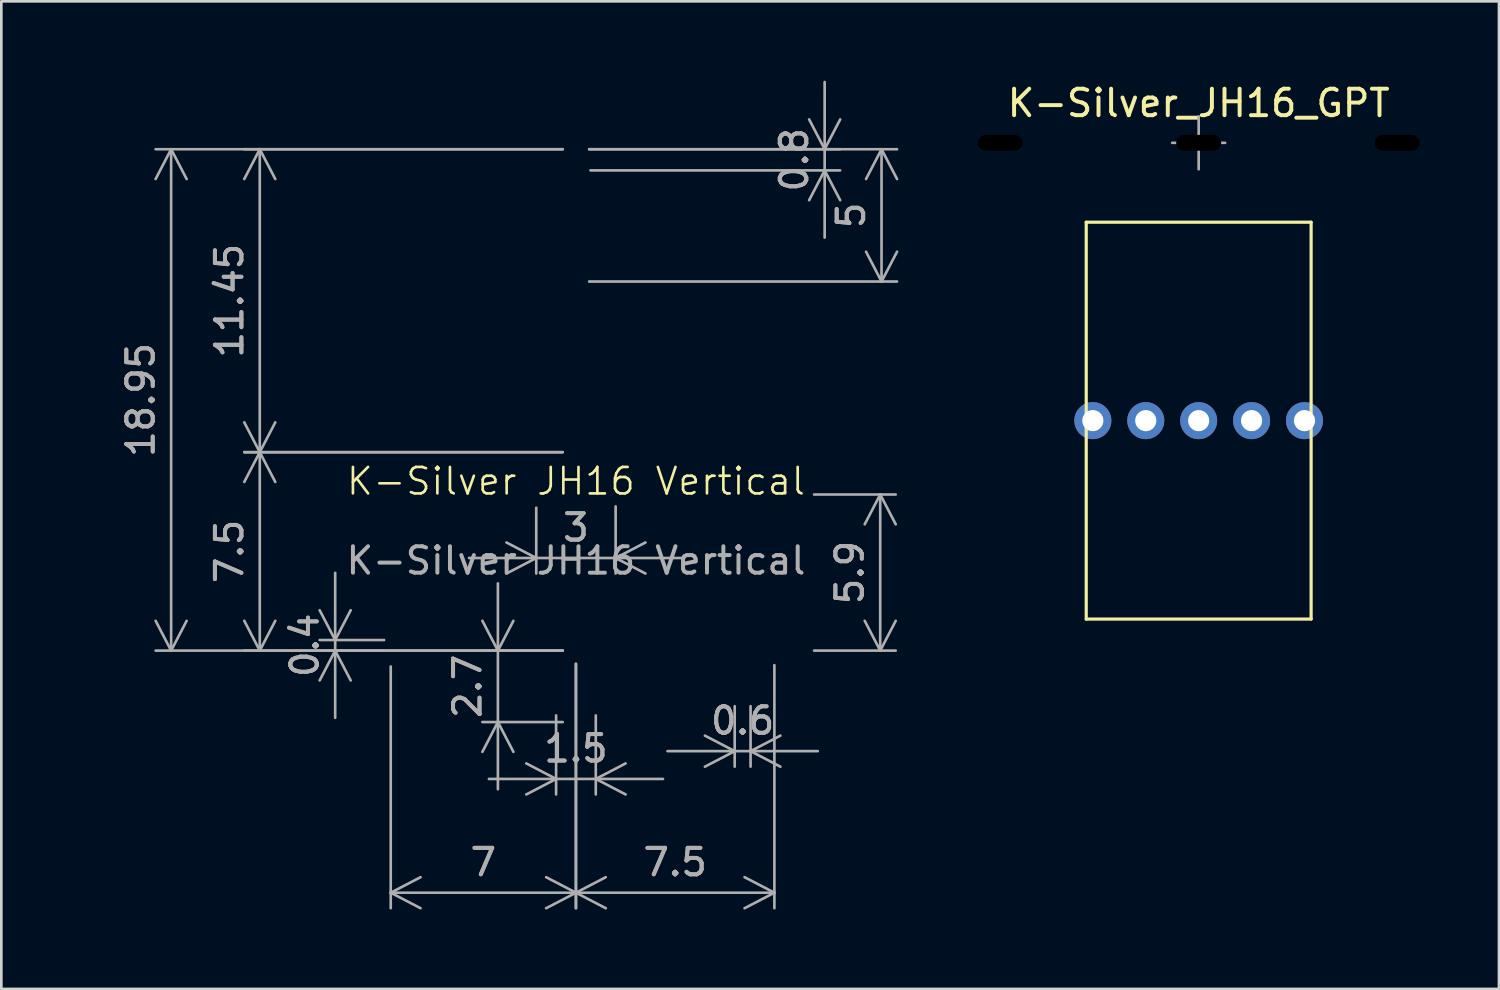
<source format=kicad_pcb>
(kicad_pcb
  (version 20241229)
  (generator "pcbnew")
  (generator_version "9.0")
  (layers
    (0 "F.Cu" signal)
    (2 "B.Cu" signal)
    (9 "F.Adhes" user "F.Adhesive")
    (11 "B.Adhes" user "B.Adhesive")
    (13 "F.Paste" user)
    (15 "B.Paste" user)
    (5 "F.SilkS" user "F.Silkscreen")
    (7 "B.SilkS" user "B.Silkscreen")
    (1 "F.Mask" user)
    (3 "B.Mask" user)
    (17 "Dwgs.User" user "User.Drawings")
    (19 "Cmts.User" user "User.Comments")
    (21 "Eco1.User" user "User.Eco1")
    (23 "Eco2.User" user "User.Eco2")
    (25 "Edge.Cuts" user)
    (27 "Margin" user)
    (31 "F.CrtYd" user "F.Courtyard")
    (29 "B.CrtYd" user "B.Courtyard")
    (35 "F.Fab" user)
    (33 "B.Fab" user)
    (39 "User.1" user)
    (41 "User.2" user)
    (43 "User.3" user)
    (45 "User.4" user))
  (footprint "K-Silver_JH16_GPT"
    (layer "F.Cu")
    (at 42.254 12.848)
    (property "Reference" "K-Silver_JH16_GPT" (at 0 -12 0) (layer "F.SilkS") (effects (font (size 1 1) (thickness 0.15))))
    (attr through_hole)
    (fp_line (start -4.25 -7.5) (end 4.25 -7.5) (stroke (width 0.12) (type solid)) (layer "F.SilkS"))
    (fp_line (start -4.25 7.5) (end -4.25 -7.5) (stroke (width 0.12) (type solid)) (layer "F.SilkS"))
    (fp_line (start 4.25 -7.5) (end 4.25 7.5) (stroke (width 0.12) (type solid)) (layer "F.SilkS"))
    (fp_line (start 4.25 7.5) (end -4.25 7.5) (stroke (width 0.12) (type solid)) (layer "F.SilkS"))
    (fp_line (start -1 -10.5) (end 1 -10.5) (stroke (width 0.1) (type solid)) (layer "F.Fab"))
    (fp_line (start 0 -11.5) (end 0 -9.5) (stroke (width 0.1) (type solid)) (layer "F.Fab"))
    (pad "" np_thru_hole oval (at -7.5 -10.5) (size 1.7 0.6) (drill oval 1.7 0.6) (layers "*.Mask"))
    (pad "" np_thru_hole oval (at 0 -10.5) (size 1.7 0.6) (drill oval 1.7 0.6) (layers "*.Mask"))
    (pad "" np_thru_hole oval (at 7.5 -10.5) (size 1.7 0.6) (drill oval 1.7 0.6) (layers "*.Mask"))
    (pad "1" thru_hole circle (at -4 0) (size 1.4 1.4) (drill 0.8) (layers "*.Cu" "*.Mask"))
    (pad "2" thru_hole circle (at -2 0) (size 1.4 1.4) (drill 0.8) (layers "*.Cu" "*.Mask"))
    (pad "3" thru_hole circle (at 0 0) (size 1.4 1.4) (drill 0.8) (layers "*.Cu" "*.Mask"))
    (pad "4" thru_hole circle (at 2 0) (size 1.4 1.4) (drill 0.8) (layers "*.Cu" "*.Mask"))
    (pad "5" thru_hole circle (at 4 0) (size 1.4 1.4) (drill 0.8) (layers "*.Cu" "*.Mask")))
  (footprint "K-Silver JH16 Vertical"
    (layer "F.Cu")
    (at 18.718 15.64)
    (property "Reference" "K-Silver JH16 Vertical" (at 0 -0.5 0) (unlocked yes) (layer "F.SilkS") (effects (font (size 1 1) (thickness 0.1))))
    (attr smd)
    (fp_line (start -2 5.9) (end -2 3.55) (stroke (width 0.1) (type default)) (layer "User.2"))
    (fp_line (start -2 8.3) (end -2 5.9) (stroke (width 0.1) (type default)) (layer "User.2"))
    (fp_line (start -1.4 5.9) (end -1.4 3.55) (stroke (width 0.1) (type default)) (layer "User.2"))
    (fp_line (start -1.4 8.3) (end -1.4 5.9) (stroke (width 0.1) (type default)) (layer "User.2"))
    (fp_line (start 0 5.9) (end 0 3.55) (stroke (width 0.1) (type default)) (layer "User.2"))
    (fp_line (start 0 8.3) (end 0 5.9) (stroke (width 0.1) (type default)) (layer "User.2"))
    (fp_line (start 0.6 5.9) (end 0.6 3.55) (stroke (width 0.1) (type default)) (layer "User.2"))
    (fp_line (start 0.6 8.3) (end 0.6 5.9) (stroke (width 0.1) (type default)) (layer "User.2"))
    (fp_line (start 2 5.9) (end 2 3.55) (stroke (width 0.1) (type default)) (layer "User.2"))
    (fp_line (start 2 8.3) (end 2 5.9) (stroke (width 0.1) (type default)) (layer "User.2"))
    (fp_line (start 2.6 5.9) (end 2.6 3.55) (stroke (width 0.1) (type default)) (layer "User.2"))
    (fp_line (start 2.6 8.3) (end 2.6 5.9) (stroke (width 0.1) (type default)) (layer "User.2"))
    (fp_line (start 4 5.9) (end 4 3.55) (stroke (width 0.1) (type default)) (layer "User.2"))
    (fp_line (start 4 8.3) (end 4 5.9) (stroke (width 0.1) (type default)) (layer "User.2"))
    (fp_line (start 4.6 5.9) (end 4.6 3.55) (stroke (width 0.1) (type default)) (layer "User.2"))
    (fp_line (start 4.6 8.3) (end 4.6 5.9) (stroke (width 0.1) (type default)) (layer "User.2"))
    (fp_line (start 6 5.9) (end 6 3.55) (stroke (width 0.1) (type default)) (layer "User.2"))
    (fp_line (start 6 8.3) (end 6 5.9) (stroke (width 0.1) (type default)) (layer "User.2"))
    (fp_line (start 6.6 5.9) (end 6.6 3.55) (stroke (width 0.1) (type default)) (layer "User.2"))
    (fp_line (start 6.6 8.3) (end 6.6 5.9) (stroke (width 0.1) (type default)) (layer "User.2"))
    (fp_arc (start -1.4 8.3) (mid -1.7 8.6) (end -2 8.3) (stroke (width 0.1) (type default)) (layer "User.2"))
    (fp_arc (start 0.6 8.3) (mid 0.3 8.6) (end 0 8.3) (stroke (width 0.1) (type default)) (layer "User.2"))
    (fp_arc (start 2.6 8.3) (mid 2.3 8.6) (end 2 8.3) (stroke (width 0.1) (type default)) (layer "User.2"))
    (fp_arc (start 4.6 8.3) (mid 4.3 8.6) (end 4 8.3) (stroke (width 0.1) (type default)) (layer "User.2"))
    (fp_arc (start 6.6 8.3) (mid 6.3 8.6) (end 6 8.3) (stroke (width 0.1) (type default)) (layer "User.2"))
    (fp_rect (start -8 -1.6) (end 8.5 5.9) (stroke (width 0.1) (type solid)) (fill no) (layer "User.3"))
    (fp_line (start -7.2 8.6) (end -7.2 5.5) (stroke (width 0.1) (type default)) (layer "User.4"))
    (fp_line (start -7.2 8.6) (end -6.8 8.6) (stroke (width 0.1) (type default)) (layer "User.4"))
    (fp_line (start -6.8 8.6) (end -6.8 5.5) (stroke (width 0.1) (type default)) (layer "User.4"))
    (fp_line (start -4.5 -1.6) (end -6.5 -1.6) (stroke (width 0.1) (type default)) (layer "User.4"))
    (fp_line (start -1.5 -12.25) (end -1.2 -13.05) (stroke (width 0.1) (type default)) (layer "User.4"))
    (fp_line (start -1.5 -8.05) (end -1.5 -12.25) (stroke (width 0.1) (type default)) (layer "User.4"))
    (fp_line (start -1.5 0) (end -1.5 -8.05) (stroke (width 0.1) (type default)) (layer "User.4"))
    (fp_line (start -1.2 -13.05) (end 1.2 -13.05) (stroke (width 0.1) (type default)) (layer "User.4"))
    (fp_line (start -0.75 7.85) (end -0.75 5.5) (stroke (width 0.1) (type default)) (layer "User.4"))
    (fp_line (start 0 -3.6) (end -4.5 -3.6) (stroke (width 0.1) (type default)) (layer "User.4"))
    (fp_line (start 0 -3.6) (end 4.5 -3.6) (stroke (width 0.1) (type default)) (layer "User.4"))
    (fp_line (start 0 -1.6) (end -4.5 -1.6) (stroke (width 0.1) (type default)) (layer "User.4"))
    (fp_line (start 0 -1.6) (end 4.5 -1.6) (stroke (width 0.1) (type default)) (layer "User.4"))
    (fp_line (start 0.75 7.85) (end 0.75 5.5) (stroke (width 0.1) (type default)) (layer "User.4"))
    (fp_line (start 1.5 -12.25) (end 1.2 -13.05) (stroke (width 0.1) (type default)) (layer "User.4"))
    (fp_line (start 1.5 -8.05) (end 1.5 -12.25) (stroke (width 0.1) (type default)) (layer "User.4"))
    (fp_line (start 1.5 0) (end 1.5 -8.05) (stroke (width 0.1) (type default)) (layer "User.4"))
    (fp_line (start 4.5 -1.6) (end 6.5 -1.6) (stroke (width 0.1) (type default)) (layer "User.4"))
    (fp_line (start 7.3 8.6) (end 7.3 5.5) (stroke (width 0.1) (type default)) (layer "User.4"))
    (fp_line (start 7.3 8.6) (end 7.7 8.6) (stroke (width 0.1) (type default)) (layer "User.4"))
    (fp_line (start 7.7 8.6) (end 7.7 5.5) (stroke (width 0.1) (type default)) (layer "User.4"))
    (fp_arc (start -6.5 -1.6) (mid -5.914214 -3.014214) (end -4.5 -3.6) (stroke (width 0.1) (type default)) (layer "User.4"))
    (fp_arc (start 0.75 7.85) (mid 0 8.6) (end -0.75 7.85) (stroke (width 0.1) (type default)) (layer "User.4"))
    (fp_arc (start 4.5 -3.6) (mid 5.914214 -3.014214) (end 6.5 -1.6) (stroke (width 0.1) (type default)) (layer "User.4"))
    (fp_text user "${REFERENCE}" (at 0 2.5 0) (unlocked yes) (layer "F.Fab") (effects (font (size 1 1) (thickness 0.15))))
    (dimension (type orthogonal) (layer "F.Fab") (pts (xy 18.718 21.54) (xy 18.718 2.59)) (height -15.3) (orientation 1) (format (prefix "") (suffix "") (units 3) (units_format 0) (precision 4) (suppress_zeroes yes)) (style (thickness 0.1) (arrow_length 1.27) (text_position_mode 0) (arrow_direction outward) (extension_height 0.586) (extension_offset 0.5) (keep_text_aligned yes)) (gr_text "18.95" (at 2.268 12.065 90) (layer "F.Fab") (effects (font (size 1 1) (thickness 0.15)))))
    (dimension (type orthogonal) (layer "F.Fab") (pts (xy 24.718 23.14) (xy 25.318 23.14)) (height 2.2) (orientation 0) (format (prefix "") (suffix "") (units 3) (units_format 0) (precision 4) (suppress_zeroes yes)) (style (thickness 0.1) (arrow_length 1.27) (text_position_mode 0) (arrow_direction inward) (extension_height 0.586) (extension_offset 0.5) (keep_text_aligned yes)) (gr_text "0.6" (at 25.018 24.19 0) (layer "F.Fab") (effects (font (size 1 1) (thickness 0.15)))))
    (dimension (type orthogonal) (layer "F.Fab") (pts (xy 17.218 15.64) (xy 20.218 15.59)) (height 2.4) (orientation 0) (format (prefix "") (suffix "") (units 3) (units_format 0) (precision 4) (suppress_zeroes yes)) (style (thickness 0.1) (arrow_length 1.27) (text_position_mode 0) (arrow_direction inward) (extension_height 0.586) (extension_offset 0.5) (keep_text_aligned yes)) (gr_text "3" (at 18.718 16.89 0) (layer "F.Fab") (effects (font (size 1 1) (thickness 0.15)))))
    (dimension (type orthogonal) (layer "F.Fab") (pts (xy 18.718 21.54) (xy 18.718 14.04)) (height -11.95) (orientation 1) (format (prefix "") (suffix "") (units 3) (units_format 0) (precision 4) (suppress_zeroes yes)) (style (thickness 0.1) (arrow_length 1.27) (text_position_mode 0) (arrow_direction outward) (extension_height 0.586) (extension_offset 0.5) (keep_text_aligned yes)) (gr_text "7.5" (at 5.618 17.79 90) (layer "F.Fab") (effects (font (size 1 1) (thickness 0.15)))))
    (dimension (type orthogonal) (layer "F.Fab") (pts (xy 18.718 24.24) (xy 18.718 21.54)) (height -2.95) (orientation 1) (format (prefix "") (suffix "") (units 3) (units_format 0) (precision 4) (suppress_zeroes yes)) (style (thickness 0.1) (arrow_length 1.27) (text_position_mode 0) (arrow_direction inward) (extension_height 0.586) (extension_offset 0.5) (keep_text_aligned yes)) (gr_text "2.7" (at 14.618 22.89 90) (layer "F.Fab") (effects (font (size 1 1) (thickness 0.15)))))
    (dimension (type orthogonal) (layer "F.Fab") (pts (xy 18.718 2.59) (xy 18.718 7.59)) (height 11.55) (orientation 1) (format (prefix "") (suffix "") (units 3) (units_format 0) (precision 4) (suppress_zeroes yes)) (style (thickness 0.1) (arrow_length 1.27) (text_position_mode 0) (arrow_direction outward) (extension_height 0.586) (extension_offset 0.5) (keep_text_aligned yes)) (gr_text "5" (at 29.118 5.09 90) (layer "F.Fab") (effects (font (size 1 1) (thickness 0.15)))))
    (dimension (type orthogonal) (layer "F.Fab") (pts (xy 18.718 21.54) (xy 11.718 21.64)) (height 9.15) (orientation 0) (format (prefix "") (suffix "") (units 3) (units_format 0) (precision 4) (suppress_zeroes yes)) (style (thickness 0.1) (arrow_length 1.27) (text_position_mode 0) (arrow_direction outward) (extension_height 0.586) (extension_offset 0.5) (keep_text_aligned yes)) (gr_text "7" (at 15.218 29.54 0) (layer "F.Fab") (effects (font (size 1 1) (thickness 0.15)))))
    (dimension (type orthogonal) (layer "F.Fab") (pts (xy 18.718 2.59) (xy 18.718 14.04)) (height -11.95) (orientation 1) (format (prefix "") (suffix "") (units 3) (units_format 0) (precision 4) (suppress_zeroes yes)) (style (thickness 0.1) (arrow_length 1.27) (text_position_mode 0) (arrow_direction outward) (extension_height 0.586) (extension_offset 0.5) (keep_text_aligned yes)) (gr_text "11.45" (at 5.618 8.315 90) (layer "F.Fab") (effects (font (size 1 1) (thickness 0.15)))))
    (dimension (type orthogonal) (layer "F.Fab") (pts (xy 18.718 2.59) (xy 18.768 3.39)) (height 9.4) (orientation 1) (format (prefix "") (suffix "") (units 3) (units_format 0) (precision 4) (suppress_zeroes yes)) (style (thickness 0.1) (arrow_length 1.27) (text_position_mode 0) (arrow_direction inward) (extension_height 0.586) (extension_offset 0.5) (keep_text_aligned yes)) (gr_text "0.8" (at 26.968 2.99 90) (layer "F.Fab") (effects (font (size 1 1) (thickness 0.15)))))
    (dimension (type orthogonal) (layer "F.Fab") (pts (xy 17.968 23.49) (xy 19.468 23.49)) (height 2.9) (orientation 0) (format (prefix "") (suffix "") (units 3) (units_format 0) (precision 4) (suppress_zeroes yes)) (style (thickness 0.1) (arrow_length 1.27) (text_position_mode 0) (arrow_direction inward) (extension_height 0.586) (extension_offset 0.5) (keep_text_aligned yes)) (gr_text "1.5" (at 18.718 25.24 0) (layer "F.Fab") (effects (font (size 1 1) (thickness 0.15)))))
    (dimension (type orthogonal) (layer "F.Fab") (pts (xy 27.218 21.54) (xy 27.218 15.64)) (height 3) (orientation 1) (format (prefix "") (suffix "") (units 3) (units_format 0) (precision 4) (suppress_zeroes yes)) (style (thickness 0.1) (arrow_length 1.27) (text_position_mode 0) (arrow_direction outward) (extension_height 0.586) (extension_offset 0.5) (keep_text_aligned yes)) (gr_text "5.9" (at 29.068 18.59 90) (layer "F.Fab") (effects (font (size 1 1) (thickness 0.15)))))
    (dimension (type orthogonal) (layer "F.Fab") (pts (xy 18.718 21.54) (xy 26.218 21.59)) (height 9.15) (orientation 0) (format (prefix "") (suffix "") (units 3) (units_format 0) (precision 4) (suppress_zeroes yes)) (style (thickness 0.1) (arrow_length 1.27) (text_position_mode 0) (arrow_direction outward) (extension_height 0.586) (extension_offset 0.5) (keep_text_aligned yes)) (gr_text "7.5" (at 22.468 29.54 0) (layer "F.Fab") (effects (font (size 1 1) (thickness 0.15)))))
    (dimension (type orthogonal) (layer "F.Fab") (pts (xy 11.968 21.54) (xy 11.968 21.14)) (height -2.35) (orientation 1) (format (prefix "") (suffix "") (units 3) (units_format 0) (precision 4) (suppress_zeroes yes)) (style (thickness 0.1) (arrow_length 1.27) (text_position_mode 0) (arrow_direction inward) (extension_height 0.586) (extension_offset 0.5) (keep_text_aligned yes)) (gr_text "0.4" (at 8.468 21.34 90) (layer "F.Fab") (effects (font (size 1 1) (thickness 0.15))))))
  (gr_rect
    (start -3 -3)
    (end 53.604 34.326)
    (stroke (width 0.1) (type default))
    (fill no)
    (layer "Edge.Cuts")))
</source>
